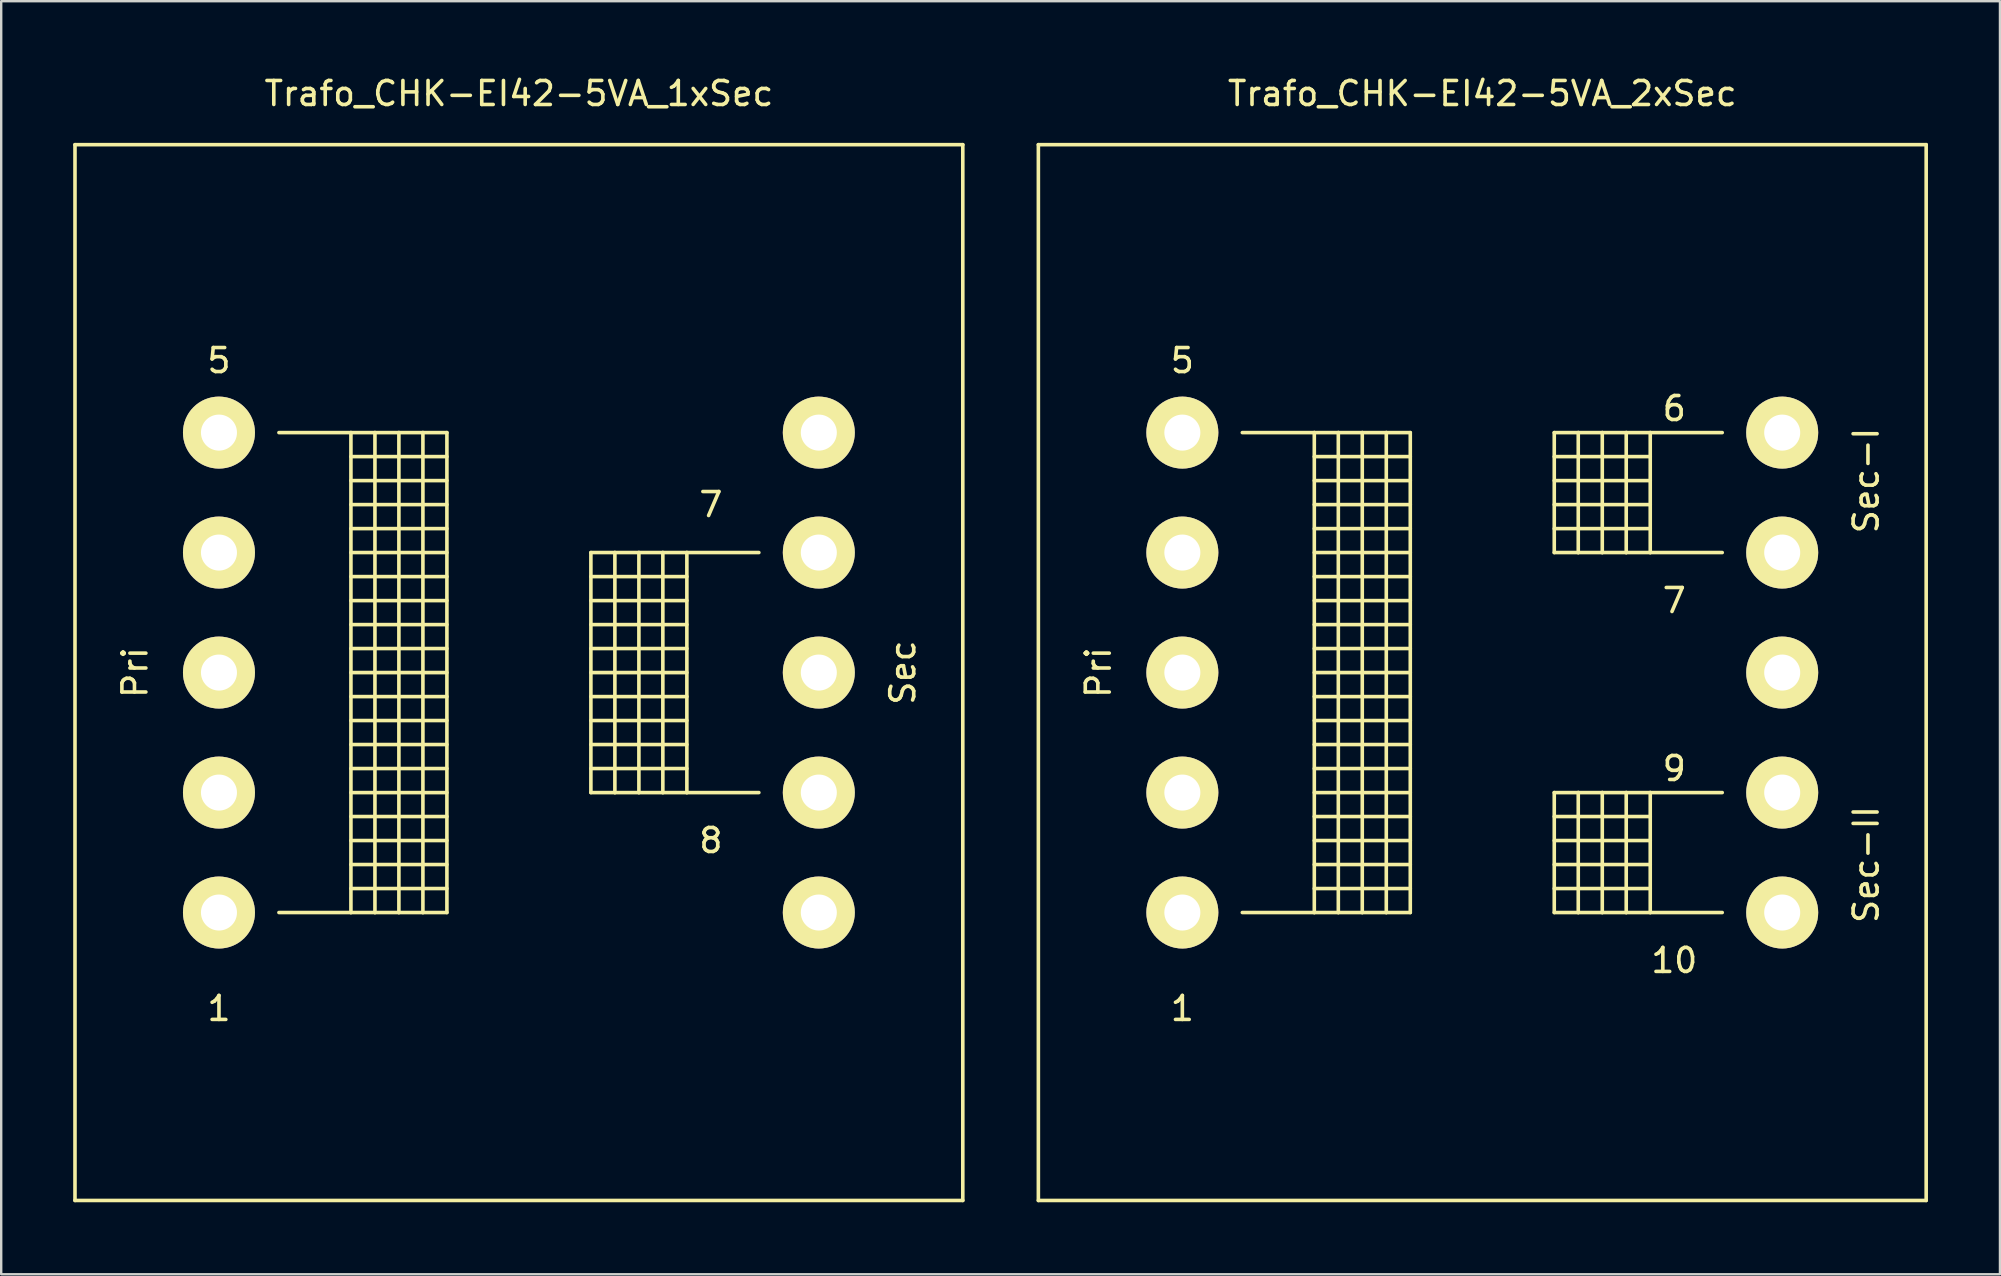
<source format=kicad_pcb>
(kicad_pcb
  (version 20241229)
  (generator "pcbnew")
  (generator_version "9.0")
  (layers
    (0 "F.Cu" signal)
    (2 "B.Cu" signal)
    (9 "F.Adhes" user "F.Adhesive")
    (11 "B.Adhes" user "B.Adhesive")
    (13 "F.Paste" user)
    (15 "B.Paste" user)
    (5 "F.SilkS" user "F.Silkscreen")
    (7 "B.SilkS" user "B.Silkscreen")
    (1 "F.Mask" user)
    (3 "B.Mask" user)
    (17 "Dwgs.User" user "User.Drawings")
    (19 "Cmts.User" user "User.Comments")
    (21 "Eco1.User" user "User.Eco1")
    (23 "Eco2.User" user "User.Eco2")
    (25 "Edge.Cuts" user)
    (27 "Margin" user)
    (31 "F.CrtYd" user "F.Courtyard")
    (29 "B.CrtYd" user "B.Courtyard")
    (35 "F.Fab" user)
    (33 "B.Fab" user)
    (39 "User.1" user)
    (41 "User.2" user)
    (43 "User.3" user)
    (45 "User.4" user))
  (footprint "Trafo_CHK-EI42-5VA_2xSec"
    (layer "F.Cu")
    (at 58.721 24.978)
    (property "Reference" "Trafo_CHK-EI42-5VA_2xSec" (at 0 -24.13 0) (layer "F.SilkS") (effects (font (size 1 1) (thickness 0.15))))
    (attr through_hole)
    (fp_line (start -18.499 -21.999) (end -18.499 21.999) (stroke (width 0.15) (type solid)) (layer "F.SilkS"))
    (fp_line (start -18.499 21.999) (end 18.499 21.999) (stroke (width 0.15) (type solid)) (layer "F.SilkS"))
    (fp_line (start -10 -10) (end -7 -10) (stroke (width 0.15) (type solid)) (layer "F.SilkS"))
    (fp_line (start -7 -10) (end -7 10) (stroke (width 0.15) (type solid)) (layer "F.SilkS"))
    (fp_line (start -7 -10) (end -5.999 -10) (stroke (width 0.15) (type solid)) (layer "F.SilkS"))
    (fp_line (start -7 -8.999) (end -3 -8.999) (stroke (width 0.15) (type solid)) (layer "F.SilkS"))
    (fp_line (start -7 -8.001) (end -3 -8.001) (stroke (width 0.15) (type solid)) (layer "F.SilkS"))
    (fp_line (start -7 -7) (end -3 -7) (stroke (width 0.15) (type solid)) (layer "F.SilkS"))
    (fp_line (start -7 -5.999) (end -3 -5.999) (stroke (width 0.15) (type solid)) (layer "F.SilkS"))
    (fp_line (start -7 -5.001) (end -3 -5.001) (stroke (width 0.15) (type solid)) (layer "F.SilkS"))
    (fp_line (start -7 -4) (end -3 -4) (stroke (width 0.15) (type solid)) (layer "F.SilkS"))
    (fp_line (start -7 -3) (end -3 -3) (stroke (width 0.15) (type solid)) (layer "F.SilkS"))
    (fp_line (start -7 -1.999) (end -3 -1.999) (stroke (width 0.15) (type solid)) (layer "F.SilkS"))
    (fp_line (start -7 -1.001) (end -3 -1.001) (stroke (width 0.15) (type solid)) (layer "F.SilkS"))
    (fp_line (start -7 0) (end -3 0) (stroke (width 0.15) (type solid)) (layer "F.SilkS"))
    (fp_line (start -7 1.001) (end -3 1.001) (stroke (width 0.15) (type solid)) (layer "F.SilkS"))
    (fp_line (start -7 1.999) (end -3 1.999) (stroke (width 0.15) (type solid)) (layer "F.SilkS"))
    (fp_line (start -7 3) (end -3 3) (stroke (width 0.15) (type solid)) (layer "F.SilkS"))
    (fp_line (start -7 4) (end -3 4) (stroke (width 0.15) (type solid)) (layer "F.SilkS"))
    (fp_line (start -7 5.001) (end -3 5.001) (stroke (width 0.15) (type solid)) (layer "F.SilkS"))
    (fp_line (start -7 5.999) (end -3 5.999) (stroke (width 0.15) (type solid)) (layer "F.SilkS"))
    (fp_line (start -7 7) (end -3 7) (stroke (width 0.15) (type solid)) (layer "F.SilkS"))
    (fp_line (start -7 8.001) (end -3 8.001) (stroke (width 0.15) (type solid)) (layer "F.SilkS"))
    (fp_line (start -7 8.999) (end -3 8.999) (stroke (width 0.15) (type solid)) (layer "F.SilkS"))
    (fp_line (start -7 10) (end -10 10) (stroke (width 0.15) (type solid)) (layer "F.SilkS"))
    (fp_line (start -5.999 -10) (end -5.999 10) (stroke (width 0.15) (type solid)) (layer "F.SilkS"))
    (fp_line (start -5.999 -10) (end -5.001 -10) (stroke (width 0.15) (type solid)) (layer "F.SilkS"))
    (fp_line (start -5.999 10) (end -7 10) (stroke (width 0.15) (type solid)) (layer "F.SilkS"))
    (fp_line (start -5.001 -10) (end -5.001 10) (stroke (width 0.15) (type solid)) (layer "F.SilkS"))
    (fp_line (start -5.001 -10) (end -4 -10) (stroke (width 0.15) (type solid)) (layer "F.SilkS"))
    (fp_line (start -5.001 10) (end -5.999 10) (stroke (width 0.15) (type solid)) (layer "F.SilkS"))
    (fp_line (start -4 -10) (end -4 10) (stroke (width 0.15) (type solid)) (layer "F.SilkS"))
    (fp_line (start -4 -10) (end -3 -10) (stroke (width 0.15) (type solid)) (layer "F.SilkS"))
    (fp_line (start -4 10) (end -5.001 10) (stroke (width 0.15) (type solid)) (layer "F.SilkS"))
    (fp_line (start -3 -10) (end -3 10) (stroke (width 0.15) (type solid)) (layer "F.SilkS"))
    (fp_line (start -3 10) (end -4 10) (stroke (width 0.15) (type solid)) (layer "F.SilkS"))
    (fp_line (start 3 -10) (end 3 -5.001) (stroke (width 0.15) (type solid)) (layer "F.SilkS"))
    (fp_line (start 3 -8.999) (end 7 -8.999) (stroke (width 0.15) (type solid)) (layer "F.SilkS"))
    (fp_line (start 3 -7) (end 7 -7) (stroke (width 0.15) (type solid)) (layer "F.SilkS"))
    (fp_line (start 3 -5.001) (end 4 -5.001) (stroke (width 0.15) (type solid)) (layer "F.SilkS"))
    (fp_line (start 3 5.001) (end 3 10) (stroke (width 0.15) (type solid)) (layer "F.SilkS"))
    (fp_line (start 3 5.999) (end 7 5.999) (stroke (width 0.15) (type solid)) (layer "F.SilkS"))
    (fp_line (start 3 7) (end 7 7) (stroke (width 0.15) (type solid)) (layer "F.SilkS"))
    (fp_line (start 3 8.001) (end 7 8.001) (stroke (width 0.15) (type solid)) (layer "F.SilkS"))
    (fp_line (start 3 8.999) (end 7 8.999) (stroke (width 0.15) (type solid)) (layer "F.SilkS"))
    (fp_line (start 3 10) (end 4 10) (stroke (width 0.15) (type solid)) (layer "F.SilkS"))
    (fp_line (start 4 -10) (end 3 -10) (stroke (width 0.15) (type solid)) (layer "F.SilkS"))
    (fp_line (start 4 -10) (end 4 -5.001) (stroke (width 0.15) (type solid)) (layer "F.SilkS"))
    (fp_line (start 4 -5.001) (end 5.001 -5.001) (stroke (width 0.15) (type solid)) (layer "F.SilkS"))
    (fp_line (start 4 5.001) (end 3 5.001) (stroke (width 0.15) (type solid)) (layer "F.SilkS"))
    (fp_line (start 4 5.001) (end 4 10) (stroke (width 0.15) (type solid)) (layer "F.SilkS"))
    (fp_line (start 4 10) (end 5.001 10) (stroke (width 0.15) (type solid)) (layer "F.SilkS"))
    (fp_line (start 5.001 -10) (end 4 -10) (stroke (width 0.15) (type solid)) (layer "F.SilkS"))
    (fp_line (start 5.001 -10) (end 5.001 -5.001) (stroke (width 0.15) (type solid)) (layer "F.SilkS"))
    (fp_line (start 5.001 -5.001) (end 5.999 -5.001) (stroke (width 0.15) (type solid)) (layer "F.SilkS"))
    (fp_line (start 5.001 5.001) (end 4 5.001) (stroke (width 0.15) (type solid)) (layer "F.SilkS"))
    (fp_line (start 5.001 5.001) (end 5.001 10) (stroke (width 0.15) (type solid)) (layer "F.SilkS"))
    (fp_line (start 5.001 10) (end 5.999 10) (stroke (width 0.15) (type solid)) (layer "F.SilkS"))
    (fp_line (start 5.999 -10) (end 5.001 -10) (stroke (width 0.15) (type solid)) (layer "F.SilkS"))
    (fp_line (start 5.999 -10) (end 5.999 -5.001) (stroke (width 0.15) (type solid)) (layer "F.SilkS"))
    (fp_line (start 5.999 -5.001) (end 7 -5.001) (stroke (width 0.15) (type solid)) (layer "F.SilkS"))
    (fp_line (start 5.999 5.001) (end 5.001 5.001) (stroke (width 0.15) (type solid)) (layer "F.SilkS"))
    (fp_line (start 5.999 5.001) (end 5.999 10) (stroke (width 0.15) (type solid)) (layer "F.SilkS"))
    (fp_line (start 5.999 10) (end 7 10) (stroke (width 0.15) (type solid)) (layer "F.SilkS"))
    (fp_line (start 7 -10) (end 5.999 -10) (stroke (width 0.15) (type solid)) (layer "F.SilkS"))
    (fp_line (start 7 -10) (end 7 -5.001) (stroke (width 0.15) (type solid)) (layer "F.SilkS"))
    (fp_line (start 7 -8.001) (end 3 -8.001) (stroke (width 0.15) (type solid)) (layer "F.SilkS"))
    (fp_line (start 7 -5.999) (end 3 -5.999) (stroke (width 0.15) (type solid)) (layer "F.SilkS"))
    (fp_line (start 7 -5.001) (end 10 -5.001) (stroke (width 0.15) (type solid)) (layer "F.SilkS"))
    (fp_line (start 7 5.001) (end 5.999 5.001) (stroke (width 0.15) (type solid)) (layer "F.SilkS"))
    (fp_line (start 7 5.001) (end 7 10) (stroke (width 0.15) (type solid)) (layer "F.SilkS"))
    (fp_line (start 7 10) (end 10 10) (stroke (width 0.15) (type solid)) (layer "F.SilkS"))
    (fp_line (start 10 -10) (end 7 -10) (stroke (width 0.15) (type solid)) (layer "F.SilkS"))
    (fp_line (start 10 5.001) (end 7 5.001) (stroke (width 0.15) (type solid)) (layer "F.SilkS"))
    (fp_line (start 18.499 -21.999) (end -18.499 -21.999) (stroke (width 0.15) (type solid)) (layer "F.SilkS"))
    (fp_line (start 18.499 21.999) (end 18.499 -21.999) (stroke (width 0.15) (type solid)) (layer "F.SilkS"))
    (fp_text user "1" (at -12.499 14 0) (layer "F.SilkS") (effects (font (size 1 1) (thickness 0.15))))
    (fp_text user "5" (at -12.499 -13 0) (layer "F.SilkS") (effects (font (size 1 1) (thickness 0.15))))
    (fp_text user "Pri" (at -15.999 0 90) (layer "F.SilkS") (effects (font (size 1 1) (thickness 0.15))))
    (fp_text user "9" (at 8.001 4 0) (layer "F.SilkS") (effects (font (size 1 1) (thickness 0.15))))
    (fp_text user "6" (at 8.001 -11.001 0) (layer "F.SilkS") (effects (font (size 1 1) (thickness 0.15))))
    (fp_text user "10" (at 8.001 11.999 0) (layer "F.SilkS") (effects (font (size 1 1) (thickness 0.15))))
    (fp_text user "7" (at 8.001 -3 0) (layer "F.SilkS") (effects (font (size 1 1) (thickness 0.15))))
    (fp_text user "Sec-I" (at 15.999 -8.001 90) (layer "F.SilkS") (effects (font (size 1 1) (thickness 0.15))))
    (fp_text user "Sec-II" (at 15.999 8.001 90) (layer "F.SilkS") (effects (font (size 1 1) (thickness 0.15))))
    (pad "1" thru_hole circle (at -12.499 10) (size 3 3) (drill 1.501) (layers "*.Cu" "*.Mask" "F.SilkS"))
    (pad "2" thru_hole circle (at -12.499 5.001) (size 3 3) (drill 1.501) (layers "*.Cu" "*.Mask" "F.SilkS"))
    (pad "3" thru_hole circle (at -12.499 0) (size 3 3) (drill 1.501) (layers "*.Cu" "*.Mask" "F.SilkS"))
    (pad "4" thru_hole circle (at -12.499 -5.001) (size 3 3) (drill 1.501) (layers "*.Cu" "*.Mask" "F.SilkS"))
    (pad "5" thru_hole circle (at -12.499 -10) (size 3 3) (drill 1.501) (layers "*.Cu" "*.Mask" "F.SilkS"))
    (pad "6" thru_hole circle (at 12.499 -10) (size 3 3) (drill 1.501) (layers "*.Cu" "*.Mask" "F.SilkS"))
    (pad "7" thru_hole circle (at 12.499 -5.001) (size 3 3) (drill 1.501) (layers "*.Cu" "*.Mask" "F.SilkS"))
    (pad "8" thru_hole circle (at 12.499 0) (size 3 3) (drill 1.501) (layers "*.Cu" "*.Mask" "F.SilkS"))
    (pad "9" thru_hole circle (at 12.499 5.001) (size 3 3) (drill 1.501) (layers "*.Cu" "*.Mask" "F.SilkS"))
    (pad "10" thru_hole circle (at 12.499 10) (size 3 3) (drill 1.501) (layers "*.Cu" "*.Mask" "F.SilkS")))
  (footprint "Trafo_CHK-EI42-5VA_1xSec"
    (layer "F.Cu")
    (at 18.574 24.978)
    (property "Reference" "Trafo_CHK-EI42-5VA_1xSec" (at 0 -24.13 0) (layer "F.SilkS") (effects (font (size 1 1) (thickness 0.15))))
    (attr through_hole)
    (fp_line (start -18.499 -21.999) (end -18.499 21.999) (stroke (width 0.15) (type solid)) (layer "F.SilkS"))
    (fp_line (start -18.499 21.999) (end 18.499 21.999) (stroke (width 0.15) (type solid)) (layer "F.SilkS"))
    (fp_line (start -10 -10) (end -7 -10) (stroke (width 0.15) (type solid)) (layer "F.SilkS"))
    (fp_line (start -7 -10) (end -7 10) (stroke (width 0.15) (type solid)) (layer "F.SilkS"))
    (fp_line (start -7 -10) (end -5.999 -10) (stroke (width 0.15) (type solid)) (layer "F.SilkS"))
    (fp_line (start -7 -8.999) (end -3 -8.999) (stroke (width 0.15) (type solid)) (layer "F.SilkS"))
    (fp_line (start -7 -8.001) (end -3 -8.001) (stroke (width 0.15) (type solid)) (layer "F.SilkS"))
    (fp_line (start -7 -7) (end -3 -7) (stroke (width 0.15) (type solid)) (layer "F.SilkS"))
    (fp_line (start -7 -5.999) (end -3 -5.999) (stroke (width 0.15) (type solid)) (layer "F.SilkS"))
    (fp_line (start -7 -5.001) (end -3 -5.001) (stroke (width 0.15) (type solid)) (layer "F.SilkS"))
    (fp_line (start -7 -4) (end -3 -4) (stroke (width 0.15) (type solid)) (layer "F.SilkS"))
    (fp_line (start -7 -3) (end -3 -3) (stroke (width 0.15) (type solid)) (layer "F.SilkS"))
    (fp_line (start -7 -1.999) (end -3 -1.999) (stroke (width 0.15) (type solid)) (layer "F.SilkS"))
    (fp_line (start -7 -1.001) (end -3 -1.001) (stroke (width 0.15) (type solid)) (layer "F.SilkS"))
    (fp_line (start -7 0) (end -3 0) (stroke (width 0.15) (type solid)) (layer "F.SilkS"))
    (fp_line (start -7 1.001) (end -3 1.001) (stroke (width 0.15) (type solid)) (layer "F.SilkS"))
    (fp_line (start -7 1.999) (end -3 1.999) (stroke (width 0.15) (type solid)) (layer "F.SilkS"))
    (fp_line (start -7 3) (end -3 3) (stroke (width 0.15) (type solid)) (layer "F.SilkS"))
    (fp_line (start -7 4) (end -3 4) (stroke (width 0.15) (type solid)) (layer "F.SilkS"))
    (fp_line (start -7 5.001) (end -3 5.001) (stroke (width 0.15) (type solid)) (layer "F.SilkS"))
    (fp_line (start -7 5.999) (end -3 5.999) (stroke (width 0.15) (type solid)) (layer "F.SilkS"))
    (fp_line (start -7 7) (end -3 7) (stroke (width 0.15) (type solid)) (layer "F.SilkS"))
    (fp_line (start -7 8.001) (end -3 8.001) (stroke (width 0.15) (type solid)) (layer "F.SilkS"))
    (fp_line (start -7 8.999) (end -3 8.999) (stroke (width 0.15) (type solid)) (layer "F.SilkS"))
    (fp_line (start -7 10) (end -10 10) (stroke (width 0.15) (type solid)) (layer "F.SilkS"))
    (fp_line (start -5.999 -10) (end -5.999 10) (stroke (width 0.15) (type solid)) (layer "F.SilkS"))
    (fp_line (start -5.999 -10) (end -5.001 -10) (stroke (width 0.15) (type solid)) (layer "F.SilkS"))
    (fp_line (start -5.999 10) (end -7 10) (stroke (width 0.15) (type solid)) (layer "F.SilkS"))
    (fp_line (start -5.001 -10) (end -5.001 10) (stroke (width 0.15) (type solid)) (layer "F.SilkS"))
    (fp_line (start -5.001 -10) (end -4 -10) (stroke (width 0.15) (type solid)) (layer "F.SilkS"))
    (fp_line (start -5.001 10) (end -5.999 10) (stroke (width 0.15) (type solid)) (layer "F.SilkS"))
    (fp_line (start -4 -10) (end -4 10) (stroke (width 0.15) (type solid)) (layer "F.SilkS"))
    (fp_line (start -4 -10) (end -3 -10) (stroke (width 0.15) (type solid)) (layer "F.SilkS"))
    (fp_line (start -4 10) (end -5.001 10) (stroke (width 0.15) (type solid)) (layer "F.SilkS"))
    (fp_line (start -3 -10) (end -3 10) (stroke (width 0.15) (type solid)) (layer "F.SilkS"))
    (fp_line (start -3 10) (end -4 10) (stroke (width 0.15) (type solid)) (layer "F.SilkS"))
    (fp_line (start 3 -5.001) (end 3 5.001) (stroke (width 0.15) (type solid)) (layer "F.SilkS"))
    (fp_line (start 3 -4) (end 7 -4) (stroke (width 0.15) (type solid)) (layer "F.SilkS"))
    (fp_line (start 3 -1.999) (end 7 -1.999) (stroke (width 0.15) (type solid)) (layer "F.SilkS"))
    (fp_line (start 3 0) (end 7 0) (stroke (width 0.15) (type solid)) (layer "F.SilkS"))
    (fp_line (start 3 1.999) (end 7 1.999) (stroke (width 0.15) (type solid)) (layer "F.SilkS"))
    (fp_line (start 3 4) (end 7 4) (stroke (width 0.15) (type solid)) (layer "F.SilkS"))
    (fp_line (start 3 5.001) (end 4 5.001) (stroke (width 0.15) (type solid)) (layer "F.SilkS"))
    (fp_line (start 4 -5.001) (end 3 -5.001) (stroke (width 0.15) (type solid)) (layer "F.SilkS"))
    (fp_line (start 4 -5.001) (end 4 5.001) (stroke (width 0.15) (type solid)) (layer "F.SilkS"))
    (fp_line (start 4 5.001) (end 5.001 5.001) (stroke (width 0.15) (type solid)) (layer "F.SilkS"))
    (fp_line (start 5.001 -5.001) (end 4 -5.001) (stroke (width 0.15) (type solid)) (layer "F.SilkS"))
    (fp_line (start 5.001 -5.001) (end 5.001 5.001) (stroke (width 0.15) (type solid)) (layer "F.SilkS"))
    (fp_line (start 5.001 5.001) (end 5.999 5.001) (stroke (width 0.15) (type solid)) (layer "F.SilkS"))
    (fp_line (start 5.999 -5.001) (end 5.001 -5.001) (stroke (width 0.15) (type solid)) (layer "F.SilkS"))
    (fp_line (start 5.999 -5.001) (end 5.999 5.001) (stroke (width 0.15) (type solid)) (layer "F.SilkS"))
    (fp_line (start 5.999 5.001) (end 7 5.001) (stroke (width 0.15) (type solid)) (layer "F.SilkS"))
    (fp_line (start 7 -5.001) (end 5.999 -5.001) (stroke (width 0.15) (type solid)) (layer "F.SilkS"))
    (fp_line (start 7 -5.001) (end 7 5.001) (stroke (width 0.15) (type solid)) (layer "F.SilkS"))
    (fp_line (start 7 -3) (end 3 -3) (stroke (width 0.15) (type solid)) (layer "F.SilkS"))
    (fp_line (start 7 -1.001) (end 3 -1.001) (stroke (width 0.15) (type solid)) (layer "F.SilkS"))
    (fp_line (start 7 1.001) (end 3 1.001) (stroke (width 0.15) (type solid)) (layer "F.SilkS"))
    (fp_line (start 7 3) (end 3 3) (stroke (width 0.15) (type solid)) (layer "F.SilkS"))
    (fp_line (start 7 5.001) (end 10 5.001) (stroke (width 0.15) (type solid)) (layer "F.SilkS"))
    (fp_line (start 10 -5.001) (end 7 -5.001) (stroke (width 0.15) (type solid)) (layer "F.SilkS"))
    (fp_line (start 18.499 -21.999) (end -18.499 -21.999) (stroke (width 0.15) (type solid)) (layer "F.SilkS"))
    (fp_line (start 18.499 21.999) (end 18.499 -21.999) (stroke (width 0.15) (type solid)) (layer "F.SilkS"))
    (fp_text user "Pri" (at -15.999 0 90) (layer "F.SilkS") (effects (font (size 1 1) (thickness 0.15))))
    (fp_text user "Sec" (at 15.999 0 90) (layer "F.SilkS") (effects (font (size 1 1) (thickness 0.15))))
    (fp_text user "5" (at -12.499 -13 0) (layer "F.SilkS") (effects (font (size 1 1) (thickness 0.15))))
    (fp_text user "1" (at -12.499 14 0) (layer "F.SilkS") (effects (font (size 1 1) (thickness 0.15))))
    (fp_text user "8" (at 8.001 7 0) (layer "F.SilkS") (effects (font (size 1 1) (thickness 0.15))))
    (fp_text user "7" (at 8.001 -7 0) (layer "F.SilkS") (effects (font (size 1 1) (thickness 0.15))))
    (pad "1" thru_hole circle (at -12.499 10) (size 3 3) (drill 1.501) (layers "*.Cu" "*.Mask" "F.SilkS"))
    (pad "2" thru_hole circle (at -12.499 5.001) (size 3 3) (drill 1.501) (layers "*.Cu" "*.Mask" "F.SilkS"))
    (pad "3" thru_hole circle (at -12.499 0) (size 3 3) (drill 1.501) (layers "*.Cu" "*.Mask" "F.SilkS"))
    (pad "4" thru_hole circle (at -12.499 -5.001) (size 3 3) (drill 1.501) (layers "*.Cu" "*.Mask" "F.SilkS"))
    (pad "5" thru_hole circle (at -12.499 -10) (size 3 3) (drill 1.501) (layers "*.Cu" "*.Mask" "F.SilkS"))
    (pad "6" thru_hole circle (at 12.499 -10) (size 3 3) (drill 1.501) (layers "*.Cu" "*.Mask" "F.SilkS"))
    (pad "7" thru_hole circle (at 12.499 -5.001) (size 3 3) (drill 1.501) (layers "*.Cu" "*.Mask" "F.SilkS"))
    (pad "8" thru_hole circle (at 12.499 0) (size 3 3) (drill 1.501) (layers "*.Cu" "*.Mask" "F.SilkS"))
    (pad "9" thru_hole circle (at 12.499 5.001) (size 3 3) (drill 1.501) (layers "*.Cu" "*.Mask" "F.SilkS"))
    (pad "10" thru_hole circle (at 12.499 10) (size 3 3) (drill 1.501) (layers "*.Cu" "*.Mask" "F.SilkS")))
  (gr_rect
    (start -3 -3)
    (end 80.295 50.052)
    (stroke (width 0.1) (type default))
    (fill no)
    (layer "Edge.Cuts")))
</source>
